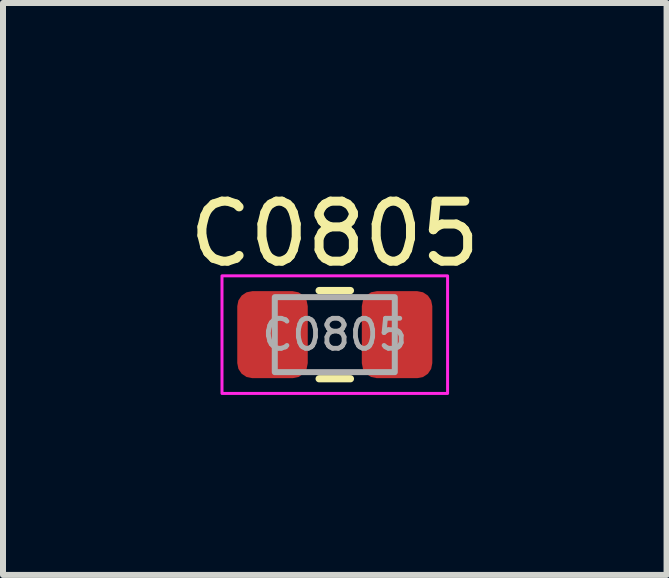
<source format=kicad_pcb>
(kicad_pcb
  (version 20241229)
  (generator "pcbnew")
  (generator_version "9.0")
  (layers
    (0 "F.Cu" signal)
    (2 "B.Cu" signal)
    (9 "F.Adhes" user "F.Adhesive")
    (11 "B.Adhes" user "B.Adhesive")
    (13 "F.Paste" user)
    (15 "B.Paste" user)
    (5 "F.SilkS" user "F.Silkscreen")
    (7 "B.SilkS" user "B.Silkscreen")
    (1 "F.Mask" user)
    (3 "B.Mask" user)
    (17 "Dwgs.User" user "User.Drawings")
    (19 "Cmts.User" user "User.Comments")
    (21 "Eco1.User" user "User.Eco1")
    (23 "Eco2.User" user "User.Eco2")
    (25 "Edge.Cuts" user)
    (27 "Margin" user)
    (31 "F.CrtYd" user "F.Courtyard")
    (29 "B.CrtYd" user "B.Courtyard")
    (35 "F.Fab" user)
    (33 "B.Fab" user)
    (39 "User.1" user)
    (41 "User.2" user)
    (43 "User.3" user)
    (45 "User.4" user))
  (footprint "C0805"
    (layer "F.Cu")
    (at 2.53 2.528)
    (property "Reference" "C0805" (at 0 -1.68 0) (layer "F.SilkS") (effects (font (size 1 1) (thickness 0.15))))
    (attr smd)
    (fp_line (start -0.261 -0.735) (end 0.261 -0.735) (stroke (width 0.12) (type solid)) (layer "F.SilkS"))
    (fp_line (start -0.261 0.735) (end 0.261 0.735) (stroke (width 0.12) (type solid)) (layer "F.SilkS"))
    (fp_rect (start -1.88 -0.98) (end 1.88 0.98) (stroke (width 0.05) (type solid)) (fill no) (layer "F.CrtYd"))
    (fp_rect (start -1 -0.625) (end 1 0.625) (stroke (width 0.1) (type solid)) (fill no) (layer "F.Fab"))
    (fp_text user "${REFERENCE}" (at 0 0 0) (layer "F.Fab") (effects (font (size 0.5 0.5) (thickness 0.08))))
    (pad "1" smd roundrect (at -1.038 0) (size 1.175 1.45) (layers "F.Cu" "F.Mask" "F.Paste") (roundrect_rratio 0.213))
    (pad "2" smd roundrect (at 1.038 0) (size 1.175 1.45) (layers "F.Cu" "F.Mask" "F.Paste") (roundrect_rratio 0.213)))
  (gr_rect
    (start -3 -3)
    (end 8.06 6.533)
    (stroke (width 0.1) (type default))
    (fill no)
    (layer "Edge.Cuts")))
</source>
